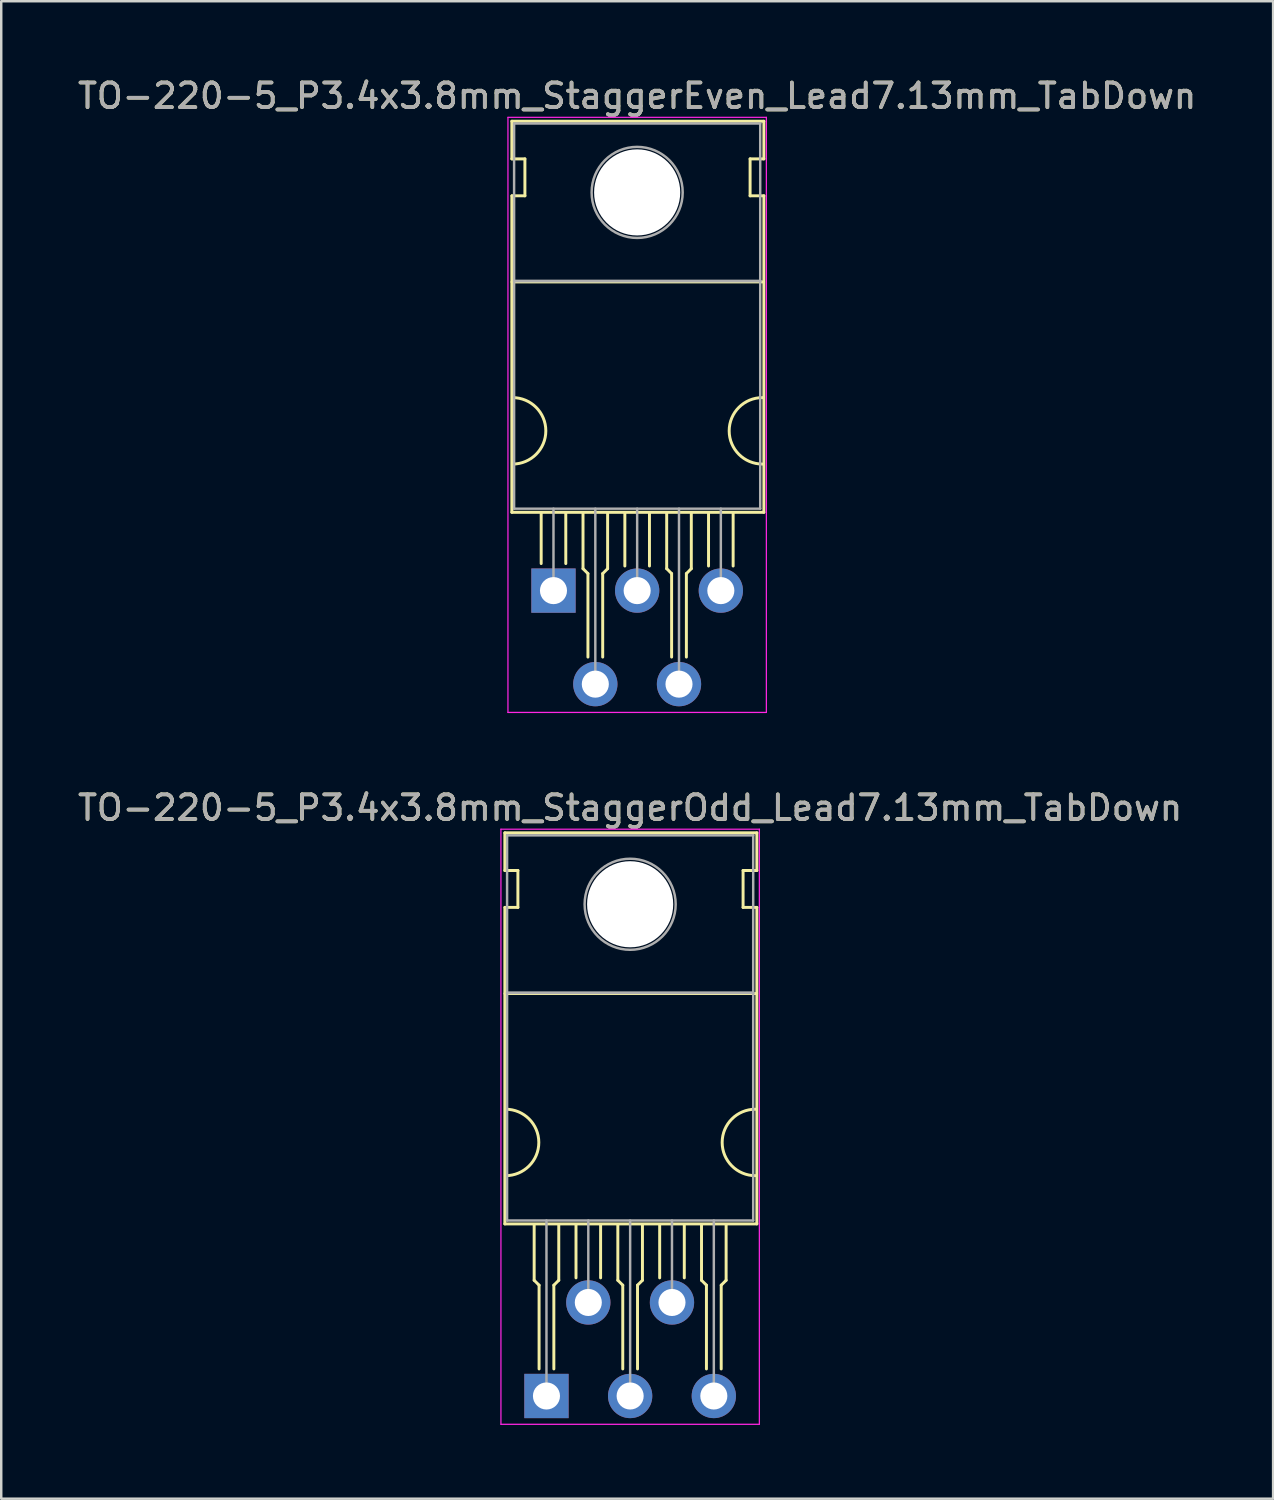
<source format=kicad_pcb>
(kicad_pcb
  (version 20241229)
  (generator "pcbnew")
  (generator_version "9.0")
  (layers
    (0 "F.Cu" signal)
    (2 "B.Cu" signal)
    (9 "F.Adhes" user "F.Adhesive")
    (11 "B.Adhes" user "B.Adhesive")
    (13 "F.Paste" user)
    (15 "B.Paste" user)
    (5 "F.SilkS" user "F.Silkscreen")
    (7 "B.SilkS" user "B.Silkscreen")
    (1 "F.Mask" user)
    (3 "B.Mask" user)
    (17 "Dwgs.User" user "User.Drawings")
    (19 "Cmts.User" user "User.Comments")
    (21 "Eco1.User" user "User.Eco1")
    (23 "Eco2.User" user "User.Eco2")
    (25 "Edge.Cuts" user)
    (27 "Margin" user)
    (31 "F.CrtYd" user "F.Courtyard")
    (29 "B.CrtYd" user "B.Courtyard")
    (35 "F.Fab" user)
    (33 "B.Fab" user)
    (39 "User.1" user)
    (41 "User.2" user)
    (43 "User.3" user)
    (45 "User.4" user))
  (footprint "TO-220-5_P3.4x3.8mm_StaggerEven_Lead7.13mm_TabDown"
    (layer "F.Cu")
    (at 19.439 20.948)
    (property "Reference" "TO-220-5_P3.4x3.8mm_StaggerEven_Lead7.13mm_TabDown" (at 3.4 -20.1 0) (layer "F.SilkS") (effects (font (size 1 1) (thickness 0.15))))
    (attr through_hole)
    (fp_line (start -1.691 -19.072) (end -1.691 -17.542) (stroke (width 0.12) (type solid)) (layer "F.SilkS"))
    (fp_line (start -1.691 -19.072) (end 8.549 -19.072) (stroke (width 0.12) (type solid)) (layer "F.SilkS"))
    (fp_line (start -1.691 -17.542) (end -1.161 -17.542) (stroke (width 0.12) (type solid)) (layer "F.SilkS"))
    (fp_line (start -1.691 -16.042) (end -1.691 -3.182) (stroke (width 0.12) (type solid)) (layer "F.SilkS"))
    (fp_line (start -1.691 -3.182) (end 8.549 -3.182) (stroke (width 0.12) (type solid)) (layer "F.SilkS"))
    (fp_line (start -1.686 -12.542) (end 8.539 -12.542) (stroke (width 0.12) (type solid)) (layer "F.SilkS"))
    (fp_line (start -1.161 -17.542) (end -1.161 -16.042) (stroke (width 0.12) (type solid)) (layer "F.SilkS"))
    (fp_line (start -1.161 -16.042) (end -1.686 -16.042) (stroke (width 0.12) (type solid)) (layer "F.SilkS"))
    (fp_line (start -0.5 -3.142) (end -0.5 -1.1) (stroke (width 0.12) (type solid)) (layer "F.SilkS"))
    (fp_line (start 0.5 -3.142) (end 0.5 -1.1) (stroke (width 0.12) (type solid)) (layer "F.SilkS"))
    (fp_line (start 1.2 -3.142) (end 1.2 -0.892) (stroke (width 0.12) (type solid)) (layer "F.SilkS"))
    (fp_line (start 1.2 -0.892) (end 1.4 -0.692) (stroke (width 0.12) (type solid)) (layer "F.SilkS"))
    (fp_line (start 1.4 2.7) (end 1.4 -0.692) (stroke (width 0.12) (type solid)) (layer "F.SilkS"))
    (fp_line (start 2 2.7) (end 2 -0.692) (stroke (width 0.12) (type solid)) (layer "F.SilkS"))
    (fp_line (start 2.2 -3.142) (end 2.2 -0.892) (stroke (width 0.12) (type solid)) (layer "F.SilkS"))
    (fp_line (start 2.2 -0.892) (end 2 -0.692) (stroke (width 0.12) (type solid)) (layer "F.SilkS"))
    (fp_line (start 2.9 -3.142) (end 2.9 -1) (stroke (width 0.12) (type solid)) (layer "F.SilkS"))
    (fp_line (start 3.9 -3.142) (end 3.9 -1) (stroke (width 0.12) (type solid)) (layer "F.SilkS"))
    (fp_line (start 4.6 -3.142) (end 4.6 -0.892) (stroke (width 0.12) (type solid)) (layer "F.SilkS"))
    (fp_line (start 4.6 -0.892) (end 4.8 -0.692) (stroke (width 0.12) (type solid)) (layer "F.SilkS"))
    (fp_line (start 4.8 2.7) (end 4.8 -0.692) (stroke (width 0.12) (type solid)) (layer "F.SilkS"))
    (fp_line (start 5.4 2.7) (end 5.4 -0.692) (stroke (width 0.12) (type solid)) (layer "F.SilkS"))
    (fp_line (start 5.6 -3.142) (end 5.6 -0.892) (stroke (width 0.12) (type solid)) (layer "F.SilkS"))
    (fp_line (start 5.6 -0.892) (end 5.4 -0.692) (stroke (width 0.12) (type solid)) (layer "F.SilkS"))
    (fp_line (start 6.3 -3.142) (end 6.3 -1) (stroke (width 0.12) (type solid)) (layer "F.SilkS"))
    (fp_line (start 7.3 -3.142) (end 7.3 -1) (stroke (width 0.12) (type solid)) (layer "F.SilkS"))
    (fp_line (start 7.989 -17.542) (end 8.549 -17.542) (stroke (width 0.12) (type solid)) (layer "F.SilkS"))
    (fp_line (start 7.989 -16.042) (end 7.989 -17.542) (stroke (width 0.12) (type solid)) (layer "F.SilkS"))
    (fp_line (start 8.549 -19.072) (end 8.549 -17.542) (stroke (width 0.12) (type solid)) (layer "F.SilkS"))
    (fp_line (start 8.549 -16.042) (end 7.989 -16.042) (stroke (width 0.12) (type solid)) (layer "F.SilkS"))
    (fp_line (start 8.549 -16.042) (end 8.549 -3.182) (stroke (width 0.12) (type solid)) (layer "F.SilkS"))
    (fp_arc (start -1.661 -7.842) (mid -0.311 -6.492) (end -1.661 -5.142) (stroke (width 0.12) (type solid)) (layer "F.SilkS"))
    (fp_arc (start 8.489 -5.142) (mid 7.139 -6.492) (end 8.489 -7.842) (stroke (width 0.12) (type solid)) (layer "F.SilkS"))
    (fp_line (start -1.85 -19.23) (end -1.85 4.95) (stroke (width 0.05) (type solid)) (layer "F.CrtYd"))
    (fp_line (start -1.85 4.95) (end 8.65 4.95) (stroke (width 0.05) (type solid)) (layer "F.CrtYd"))
    (fp_line (start 8.65 -19.23) (end -1.85 -19.23) (stroke (width 0.05) (type solid)) (layer "F.CrtYd"))
    (fp_line (start 8.65 4.95) (end 8.65 -19.23) (stroke (width 0.05) (type solid)) (layer "F.CrtYd"))
    (fp_line (start -1.6 -18.98) (end 8.4 -18.98) (stroke (width 0.1) (type solid)) (layer "F.Fab"))
    (fp_line (start -1.6 -12.58) (end -1.6 -18.98) (stroke (width 0.1) (type solid)) (layer "F.Fab"))
    (fp_line (start -1.6 -12.58) (end 8.4 -12.58) (stroke (width 0.1) (type solid)) (layer "F.Fab"))
    (fp_line (start -1.6 -3.33) (end -1.6 -12.58) (stroke (width 0.1) (type solid)) (layer "F.Fab"))
    (fp_line (start 0 -3.33) (end 0 0) (stroke (width 0.1) (type solid)) (layer "F.Fab"))
    (fp_line (start 1.7 -3.33) (end 1.7 3.8) (stroke (width 0.1) (type solid)) (layer "F.Fab"))
    (fp_line (start 3.4 -3.33) (end 3.4 0) (stroke (width 0.1) (type solid)) (layer "F.Fab"))
    (fp_line (start 5.1 -3.33) (end 5.1 3.8) (stroke (width 0.1) (type solid)) (layer "F.Fab"))
    (fp_line (start 6.8 -3.33) (end 6.8 0) (stroke (width 0.1) (type solid)) (layer "F.Fab"))
    (fp_line (start 8.4 -18.98) (end 8.4 -12.58) (stroke (width 0.1) (type solid)) (layer "F.Fab"))
    (fp_line (start 8.4 -12.58) (end -1.6 -12.58) (stroke (width 0.1) (type solid)) (layer "F.Fab"))
    (fp_line (start 8.4 -12.58) (end 8.4 -3.33) (stroke (width 0.1) (type solid)) (layer "F.Fab"))
    (fp_line (start 8.4 -3.33) (end -1.6 -3.33) (stroke (width 0.1) (type solid)) (layer "F.Fab"))
    (fp_circle (center 3.4 -16.18) (end 5.25 -16.18) (stroke (width 0.1) (type solid)) (fill no) (layer "F.Fab"))
    (fp_text user "${REFERENCE}" (at 3.4 -20.1 0) (layer "F.Fab") (effects (font (size 1 1) (thickness 0.15))))
    (pad "" np_thru_hole oval (at 3.4 -16.18) (size 3.5 3.5) (drill 3.5) (layers "*.Cu" "*.Mask"))
    (pad "1" thru_hole rect (at 0 0) (size 1.8 1.8) (drill 1.1) (layers "*.Cu" "*.Mask"))
    (pad "2" thru_hole oval (at 1.7 3.8) (size 1.8 1.8) (drill 1.1) (layers "*.Cu" "*.Mask"))
    (pad "3" thru_hole oval (at 3.4 0) (size 1.8 1.8) (drill 1.1) (layers "*.Cu" "*.Mask"))
    (pad "4" thru_hole oval (at 5.1 3.8) (size 1.8 1.8) (drill 1.1) (layers "*.Cu" "*.Mask"))
    (pad "5" thru_hole oval (at 6.8 0) (size 1.8 1.8) (drill 1.1) (layers "*.Cu" "*.Mask")))
  (footprint "TO-220-5_P3.4x3.8mm_StaggerOdd_Lead7.13mm_TabDown"
    (layer "F.Cu")
    (at 19.154 53.672)
    (property "Reference" "TO-220-5_P3.4x3.8mm_StaggerOdd_Lead7.13mm_TabDown" (at 3.4 -23.9 0) (layer "F.SilkS") (effects (font (size 1 1) (thickness 0.15))))
    (attr through_hole)
    (fp_line (start -1.691 -22.882) (end -1.691 -21.352) (stroke (width 0.12) (type solid)) (layer "F.SilkS"))
    (fp_line (start -1.691 -22.882) (end 8.549 -22.882) (stroke (width 0.12) (type solid)) (layer "F.SilkS"))
    (fp_line (start -1.691 -21.352) (end -1.161 -21.352) (stroke (width 0.12) (type solid)) (layer "F.SilkS"))
    (fp_line (start -1.691 -19.852) (end -1.691 -6.992) (stroke (width 0.12) (type solid)) (layer "F.SilkS"))
    (fp_line (start -1.691 -6.992) (end 8.549 -6.992) (stroke (width 0.12) (type solid)) (layer "F.SilkS"))
    (fp_line (start -1.686 -16.352) (end 8.539 -16.352) (stroke (width 0.12) (type solid)) (layer "F.SilkS"))
    (fp_line (start -1.161 -21.352) (end -1.161 -19.852) (stroke (width 0.12) (type solid)) (layer "F.SilkS"))
    (fp_line (start -1.161 -19.852) (end -1.686 -19.852) (stroke (width 0.12) (type solid)) (layer "F.SilkS"))
    (fp_line (start -0.5 -6.952) (end -0.5 -4.702) (stroke (width 0.12) (type solid)) (layer "F.SilkS"))
    (fp_line (start -0.5 -4.702) (end -0.3 -4.502) (stroke (width 0.12) (type solid)) (layer "F.SilkS"))
    (fp_line (start -0.3 -1.1) (end -0.3 -4.502) (stroke (width 0.12) (type solid)) (layer "F.SilkS"))
    (fp_line (start 0.3 -4.502) (end 0.3 -1.1) (stroke (width 0.12) (type solid)) (layer "F.SilkS"))
    (fp_line (start 0.5 -6.952) (end 0.5 -4.702) (stroke (width 0.12) (type solid)) (layer "F.SilkS"))
    (fp_line (start 0.5 -4.702) (end 0.3 -4.502) (stroke (width 0.12) (type solid)) (layer "F.SilkS"))
    (fp_line (start 1.2 -6.952) (end 1.2 -4.8) (stroke (width 0.12) (type solid)) (layer "F.SilkS"))
    (fp_line (start 2.2 -6.952) (end 2.2 -4.8) (stroke (width 0.12) (type solid)) (layer "F.SilkS"))
    (fp_line (start 2.9 -6.952) (end 2.9 -4.702) (stroke (width 0.12) (type solid)) (layer "F.SilkS"))
    (fp_line (start 2.9 -4.702) (end 3.1 -4.502) (stroke (width 0.12) (type solid)) (layer "F.SilkS"))
    (fp_line (start 3.1 -1.1) (end 3.1 -4.502) (stroke (width 0.12) (type solid)) (layer "F.SilkS"))
    (fp_line (start 3.7 -4.502) (end 3.7 -1.1) (stroke (width 0.12) (type solid)) (layer "F.SilkS"))
    (fp_line (start 3.9 -6.952) (end 3.9 -4.702) (stroke (width 0.12) (type solid)) (layer "F.SilkS"))
    (fp_line (start 3.9 -4.702) (end 3.7 -4.502) (stroke (width 0.12) (type solid)) (layer "F.SilkS"))
    (fp_line (start 4.6 -6.952) (end 4.6 -4.8) (stroke (width 0.12) (type solid)) (layer "F.SilkS"))
    (fp_line (start 5.6 -6.952) (end 5.6 -4.8) (stroke (width 0.12) (type solid)) (layer "F.SilkS"))
    (fp_line (start 6.3 -6.952) (end 6.3 -4.702) (stroke (width 0.12) (type solid)) (layer "F.SilkS"))
    (fp_line (start 6.3 -4.702) (end 6.5 -4.502) (stroke (width 0.12) (type solid)) (layer "F.SilkS"))
    (fp_line (start 6.5 -1.1) (end 6.5 -4.502) (stroke (width 0.12) (type solid)) (layer "F.SilkS"))
    (fp_line (start 7.1 -4.502) (end 7.1 -1.1) (stroke (width 0.12) (type solid)) (layer "F.SilkS"))
    (fp_line (start 7.3 -6.952) (end 7.3 -4.702) (stroke (width 0.12) (type solid)) (layer "F.SilkS"))
    (fp_line (start 7.3 -4.702) (end 7.1 -4.502) (stroke (width 0.12) (type solid)) (layer "F.SilkS"))
    (fp_line (start 7.989 -21.352) (end 8.549 -21.352) (stroke (width 0.12) (type solid)) (layer "F.SilkS"))
    (fp_line (start 7.989 -19.852) (end 7.989 -21.352) (stroke (width 0.12) (type solid)) (layer "F.SilkS"))
    (fp_line (start 8.549 -22.882) (end 8.549 -21.352) (stroke (width 0.12) (type solid)) (layer "F.SilkS"))
    (fp_line (start 8.549 -19.852) (end 7.989 -19.852) (stroke (width 0.12) (type solid)) (layer "F.SilkS"))
    (fp_line (start 8.549 -19.852) (end 8.549 -6.992) (stroke (width 0.12) (type solid)) (layer "F.SilkS"))
    (fp_arc (start -1.661 -11.652) (mid -0.311 -10.302) (end -1.661 -8.952) (stroke (width 0.12) (type solid)) (layer "F.SilkS"))
    (fp_arc (start 8.489 -8.952) (mid 7.139 -10.302) (end 8.489 -11.652) (stroke (width 0.12) (type solid)) (layer "F.SilkS"))
    (fp_line (start -1.85 -23.03) (end -1.85 1.15) (stroke (width 0.05) (type solid)) (layer "F.CrtYd"))
    (fp_line (start -1.85 1.15) (end 8.65 1.15) (stroke (width 0.05) (type solid)) (layer "F.CrtYd"))
    (fp_line (start 8.65 -23.03) (end -1.85 -23.03) (stroke (width 0.05) (type solid)) (layer "F.CrtYd"))
    (fp_line (start 8.65 1.15) (end 8.65 -23.03) (stroke (width 0.05) (type solid)) (layer "F.CrtYd"))
    (fp_line (start -1.6 -22.78) (end 8.4 -22.78) (stroke (width 0.1) (type solid)) (layer "F.Fab"))
    (fp_line (start -1.6 -16.38) (end -1.6 -22.78) (stroke (width 0.1) (type solid)) (layer "F.Fab"))
    (fp_line (start -1.6 -16.38) (end 8.4 -16.38) (stroke (width 0.1) (type solid)) (layer "F.Fab"))
    (fp_line (start -1.6 -7.13) (end -1.6 -16.38) (stroke (width 0.1) (type solid)) (layer "F.Fab"))
    (fp_line (start 0 -7.13) (end 0 0) (stroke (width 0.1) (type solid)) (layer "F.Fab"))
    (fp_line (start 1.7 -7.13) (end 1.7 -3.8) (stroke (width 0.1) (type solid)) (layer "F.Fab"))
    (fp_line (start 3.4 -7.13) (end 3.4 0) (stroke (width 0.1) (type solid)) (layer "F.Fab"))
    (fp_line (start 5.1 -7.13) (end 5.1 -3.8) (stroke (width 0.1) (type solid)) (layer "F.Fab"))
    (fp_line (start 6.8 -7.13) (end 6.8 0) (stroke (width 0.1) (type solid)) (layer "F.Fab"))
    (fp_line (start 8.4 -22.78) (end 8.4 -16.38) (stroke (width 0.1) (type solid)) (layer "F.Fab"))
    (fp_line (start 8.4 -16.38) (end -1.6 -16.38) (stroke (width 0.1) (type solid)) (layer "F.Fab"))
    (fp_line (start 8.4 -16.38) (end 8.4 -7.13) (stroke (width 0.1) (type solid)) (layer "F.Fab"))
    (fp_line (start 8.4 -7.13) (end -1.6 -7.13) (stroke (width 0.1) (type solid)) (layer "F.Fab"))
    (fp_circle (center 3.4 -19.98) (end 5.25 -19.98) (stroke (width 0.1) (type solid)) (fill no) (layer "F.Fab"))
    (fp_text user "${REFERENCE}" (at 3.4 -23.9 0) (layer "F.Fab") (effects (font (size 1 1) (thickness 0.15))))
    (pad "" np_thru_hole oval (at 3.4 -19.98) (size 3.5 3.5) (drill 3.5) (layers "*.Cu" "*.Mask"))
    (pad "1" thru_hole rect (at 0 0) (size 1.8 1.8) (drill 1.1) (layers "*.Cu" "*.Mask"))
    (pad "2" thru_hole oval (at 1.7 -3.8) (size 1.8 1.8) (drill 1.1) (layers "*.Cu" "*.Mask"))
    (pad "3" thru_hole oval (at 3.4 0) (size 1.8 1.8) (drill 1.1) (layers "*.Cu" "*.Mask"))
    (pad "4" thru_hole oval (at 5.1 -3.8) (size 1.8 1.8) (drill 1.1) (layers "*.Cu" "*.Mask"))
    (pad "5" thru_hole oval (at 6.8 0) (size 1.8 1.8) (drill 1.1) (layers "*.Cu" "*.Mask")))
  (gr_rect
    (start -3 -3)
    (end 48.679 57.846)
    (stroke (width 0.1) (type default))
    (fill no)
    (layer "Edge.Cuts")))
</source>
